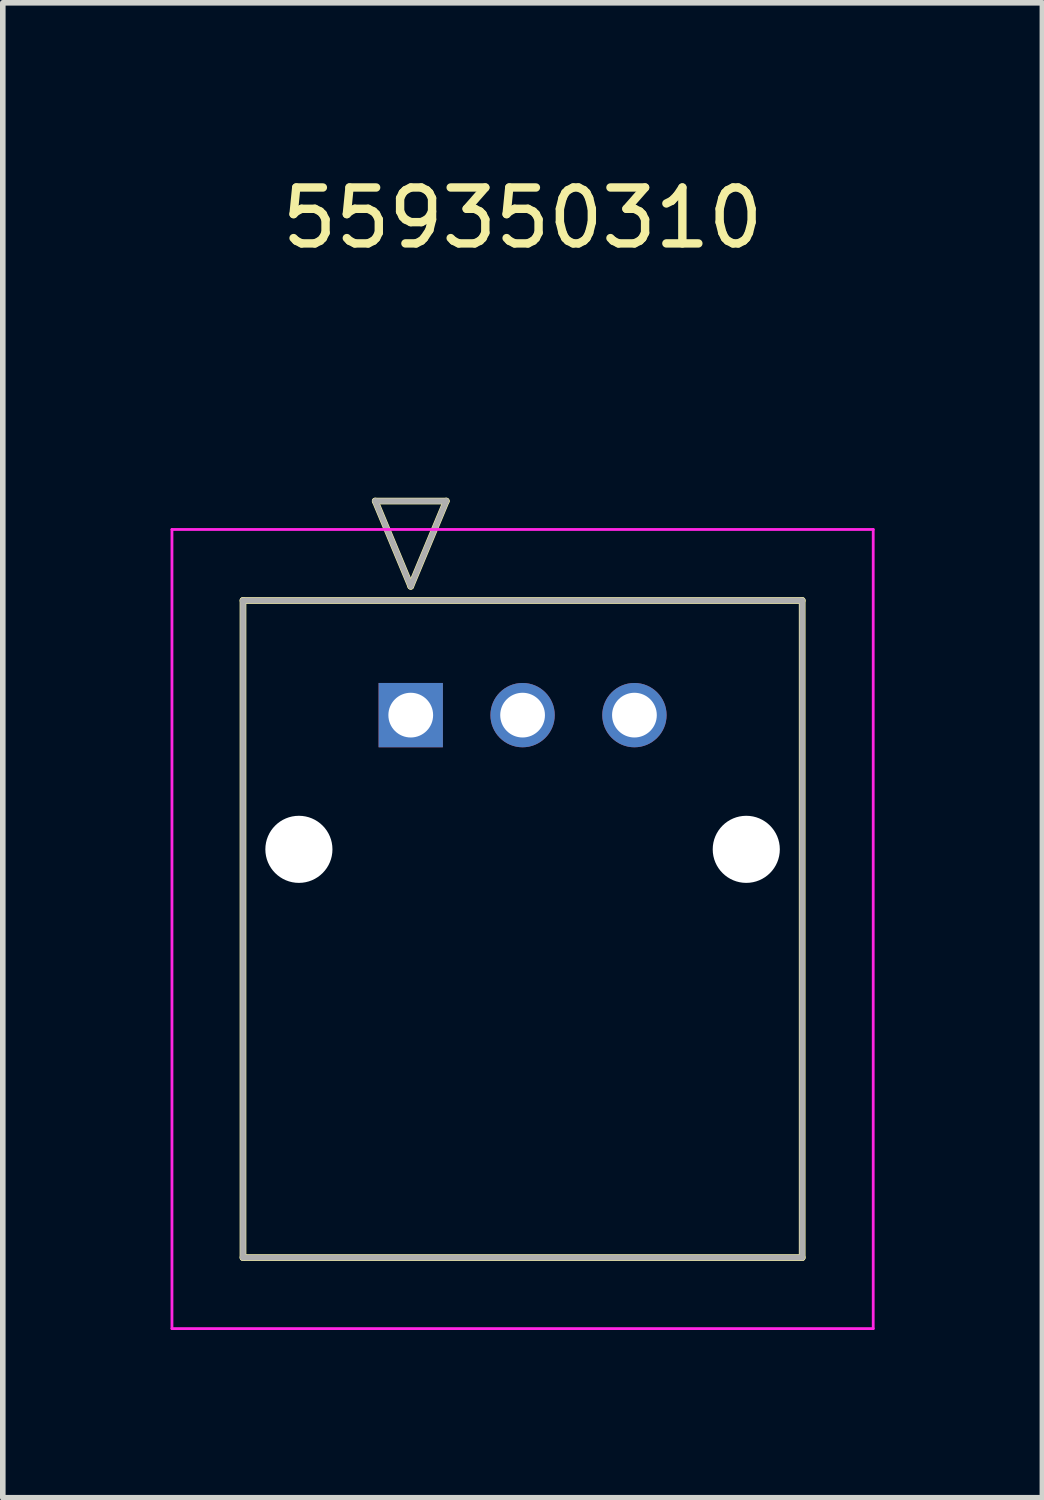
<source format=kicad_pcb>
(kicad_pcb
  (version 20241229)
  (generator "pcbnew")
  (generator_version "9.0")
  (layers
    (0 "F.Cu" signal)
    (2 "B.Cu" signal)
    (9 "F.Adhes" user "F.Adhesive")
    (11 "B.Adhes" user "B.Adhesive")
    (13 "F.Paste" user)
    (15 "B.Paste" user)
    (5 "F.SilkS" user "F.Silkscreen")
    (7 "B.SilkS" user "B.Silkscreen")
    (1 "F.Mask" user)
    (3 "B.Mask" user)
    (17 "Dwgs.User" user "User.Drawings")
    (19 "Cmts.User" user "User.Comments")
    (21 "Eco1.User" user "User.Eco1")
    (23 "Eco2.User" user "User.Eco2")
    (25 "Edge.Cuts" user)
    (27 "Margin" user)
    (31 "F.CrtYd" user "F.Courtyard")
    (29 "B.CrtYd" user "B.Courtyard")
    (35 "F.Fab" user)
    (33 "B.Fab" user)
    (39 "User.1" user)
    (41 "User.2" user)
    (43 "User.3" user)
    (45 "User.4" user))
  (footprint "559350310"
    (layer "F.Cu")
    (at 4.295 9.738)
    (property "Reference" "559350310" (at 2 -8.89 0) (layer "F.SilkS") (effects (font (size 1 1) (thickness 0.15))))
    (attr through_hole)
    (fp_line (start -3 -2.05) (end -3 9.7) (stroke (width 0.12) (type solid)) (layer "F.SilkS"))
    (fp_line (start -3 9.7) (end 7 9.7) (stroke (width 0.12) (type solid)) (layer "F.SilkS"))
    (fp_line (start -0.635 -3.828) (end 0 -2.304) (stroke (width 0.12) (type solid)) (layer "F.SilkS"))
    (fp_line (start 0 -2.304) (end 0.635 -3.828) (stroke (width 0.12) (type solid)) (layer "F.SilkS"))
    (fp_line (start 0.635 -3.828) (end -0.635 -3.828) (stroke (width 0.12) (type solid)) (layer "F.SilkS"))
    (fp_line (start 7 -2.05) (end -3 -2.05) (stroke (width 0.12) (type solid)) (layer "F.SilkS"))
    (fp_line (start 7 9.7) (end 7 -2.05) (stroke (width 0.12) (type solid)) (layer "F.SilkS"))
    (fp_line (start -4.27 -3.32) (end -4.27 10.97) (stroke (width 0.05) (type solid)) (layer "F.CrtYd"))
    (fp_line (start -4.27 10.97) (end 8.27 10.97) (stroke (width 0.05) (type solid)) (layer "F.CrtYd"))
    (fp_line (start 8.27 -3.32) (end -4.27 -3.32) (stroke (width 0.05) (type solid)) (layer "F.CrtYd"))
    (fp_line (start 8.27 10.97) (end 8.27 -3.32) (stroke (width 0.05) (type solid)) (layer "F.CrtYd"))
    (fp_line (start -3 -2.05) (end -3 9.7) (stroke (width 0.1) (type solid)) (layer "F.Fab"))
    (fp_line (start -3 9.7) (end 7 9.7) (stroke (width 0.1) (type solid)) (layer "F.Fab"))
    (fp_line (start -0.635 -3.828) (end 0 -2.304) (stroke (width 0.1) (type solid)) (layer "F.Fab"))
    (fp_line (start 0 -2.304) (end 0.635 -3.828) (stroke (width 0.1) (type solid)) (layer "F.Fab"))
    (fp_line (start 0.635 -3.828) (end -0.635 -3.828) (stroke (width 0.1) (type solid)) (layer "F.Fab"))
    (fp_line (start 7 -2.05) (end -3 -2.05) (stroke (width 0.1) (type solid)) (layer "F.Fab"))
    (fp_line (start 7 9.7) (end 7 -2.05) (stroke (width 0.1) (type solid)) (layer "F.Fab"))
    (pad "" np_thru_hole circle (at -2 2.4) (size 1.2 1.2) (drill 1.2) (layers "*.Cu" "*.Mask"))
    (pad "" np_thru_hole circle (at 6 2.4) (size 1.2 1.2) (drill 1.2) (layers "*.Cu" "*.Mask"))
    (pad "1" thru_hole rect (at 0 0) (size 1.15 1.15) (drill 0.8) (layers "*.Cu" "*.Mask"))
    (pad "2" thru_hole circle (at 2 0) (size 1.15 1.15) (drill 0.8) (layers "*.Cu" "*.Mask"))
    (pad "3" thru_hole circle (at 4 0) (size 1.15 1.15) (drill 0.8) (layers "*.Cu" "*.Mask")))
  (gr_rect
    (start -3 -3)
    (end 15.59 23.733)
    (stroke (width 0.1) (type default))
    (fill no)
    (layer "Edge.Cuts")))
</source>
